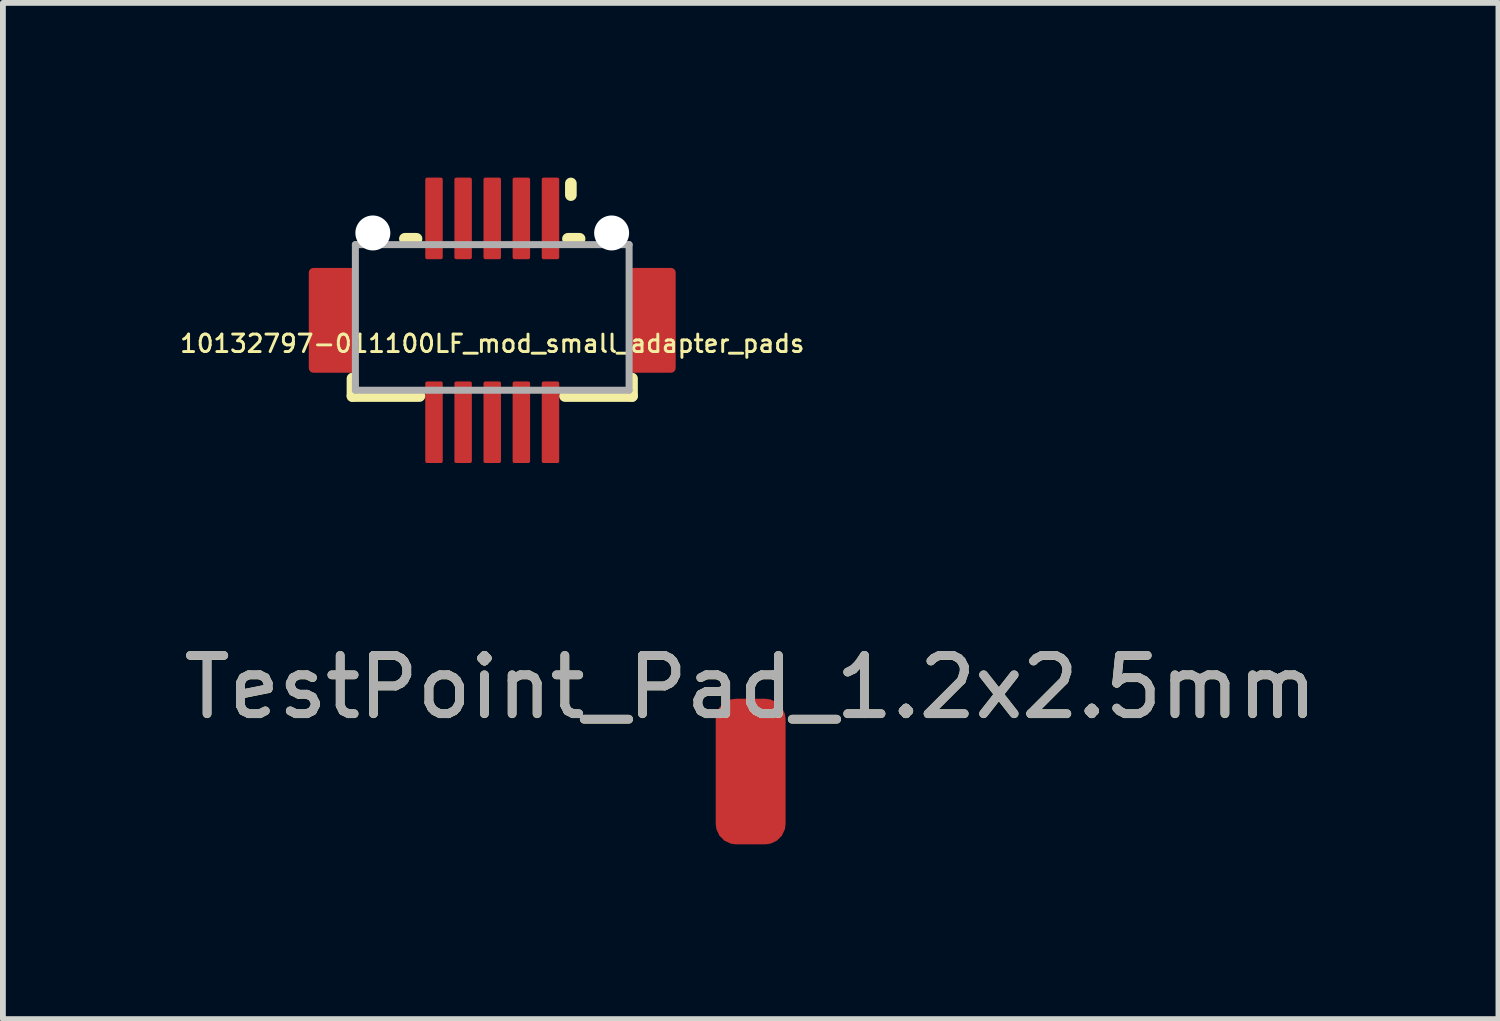
<source format=kicad_pcb>
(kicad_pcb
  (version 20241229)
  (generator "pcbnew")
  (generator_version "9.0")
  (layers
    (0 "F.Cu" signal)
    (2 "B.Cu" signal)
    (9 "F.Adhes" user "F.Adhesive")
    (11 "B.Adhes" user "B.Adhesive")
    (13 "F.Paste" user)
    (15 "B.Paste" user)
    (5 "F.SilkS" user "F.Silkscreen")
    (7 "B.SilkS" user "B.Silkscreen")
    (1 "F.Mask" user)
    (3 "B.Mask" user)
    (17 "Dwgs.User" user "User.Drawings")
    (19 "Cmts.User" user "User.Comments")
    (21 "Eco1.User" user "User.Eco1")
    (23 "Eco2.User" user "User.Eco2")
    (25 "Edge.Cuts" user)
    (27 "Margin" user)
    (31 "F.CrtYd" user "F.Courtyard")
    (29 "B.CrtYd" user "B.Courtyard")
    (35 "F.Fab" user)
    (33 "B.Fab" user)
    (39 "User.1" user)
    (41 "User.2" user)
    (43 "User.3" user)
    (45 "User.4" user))
  (footprint "TestPoint_Pad_1.2x2.5mm"
    (layer "F.Cu")
    (at 9.839 10.198)
    (property "Reference" "TestPoint_Pad_1.2x2.5mm" (at 0 -1.448 0) (layer "F.SilkS") (effects (font (size 1 1) (thickness 0.15))))
    (attr exclude_from_pos_files exclude_from_bom)
    (fp_text user "${REFERENCE}" (at 0 -1.45 0) (layer "F.Fab") (effects (font (size 1 1) (thickness 0.15))))
    (pad "1" smd roundrect (at 0 0) (size 1.2 2.5) (layers "F.Cu" "F.Mask") (roundrect_rratio 0.292)))
  (footprint "10132797-011100LF_mod_small_adapter_pads"
    (layer "F.Cu")
    (at 5.402 2.45)
    (property "Reference" "10132797-011100LF_mod_small_adapter_pads" (at 0 0.4 0) (layer "F.SilkS") (effects (font (size 0.3 0.3) (thickness 0.05))))
    (attr through_hole)
    (fp_line (start -2.4 1.3) (end -2.4 1) (stroke (width 0.2) (type solid)) (layer "F.SilkS"))
    (fp_line (start -2.4 1.3) (end -1.25 1.3) (stroke (width 0.2) (type solid)) (layer "F.SilkS"))
    (fp_line (start -1.3 -1.4) (end -1.5 -1.4) (stroke (width 0.2) (type solid)) (layer "F.SilkS"))
    (fp_line (start 1.35 -2.35) (end 1.35 -2.15) (stroke (width 0.2) (type solid)) (layer "F.SilkS"))
    (fp_line (start 1.5 -1.4) (end 1.3 -1.4) (stroke (width 0.2) (type solid)) (layer "F.SilkS"))
    (fp_line (start 2.4 1) (end 2.4 1.3) (stroke (width 0.2) (type solid)) (layer "F.SilkS"))
    (fp_line (start 2.4 1.3) (end 1.25 1.3) (stroke (width 0.2) (type solid)) (layer "F.SilkS"))
    (fp_line (start -2.35 -1.3) (end 2.35 -1.3) (stroke (width 0.12) (type solid)) (layer "F.Fab"))
    (fp_line (start -2.35 1.2) (end -2.35 -1.3) (stroke (width 0.12) (type solid)) (layer "F.Fab"))
    (fp_line (start 2.35 -1.3) (end 2.35 1.2) (stroke (width 0.12) (type solid)) (layer "F.Fab"))
    (fp_line (start 2.35 1.2) (end -2.35 1.2) (stroke (width 0.12) (type solid)) (layer "F.Fab"))
    (pad "" smd roundrect (at -2.75 0 180) (size 0.8 1.8) (layers "F.Cu" "F.Mask" "F.Paste") (roundrect_rratio 0.1))
    (pad "" np_thru_hole circle (at -2.05 -1.5) (size 0.6 0.6) (drill 0.6) (layers "*.Cu" "*.Mask"))
    (pad "" np_thru_hole circle (at 2.05 -1.5) (size 0.6 0.6) (drill 0.6) (layers "*.Cu" "*.Mask"))
    (pad "" smd roundrect (at 2.75 0) (size 0.8 1.8) (layers "F.Cu" "F.Mask" "F.Paste") (roundrect_rratio 0.1))
    (pad "1" smd roundrect (at 1 -1.75 180) (size 0.3 1.4) (layers "F.Cu" "F.Mask" "F.Paste") (roundrect_rratio 0.1))
    (pad "2" smd roundrect (at 0.5 -1.75 180) (size 0.3 1.4) (layers "F.Cu" "F.Mask" "F.Paste") (roundrect_rratio 0.1))
    (pad "3" smd roundrect (at 0 -1.75 180) (size 0.3 1.4) (layers "F.Cu" "F.Mask" "F.Paste") (roundrect_rratio 0.1))
    (pad "4" smd roundrect (at -0.5 -1.75 180) (size 0.3 1.4) (layers "F.Cu" "F.Mask" "F.Paste") (roundrect_rratio 0.1))
    (pad "5" smd roundrect (at -1 -1.75 180) (size 0.3 1.4) (layers "F.Cu" "F.Mask" "F.Paste") (roundrect_rratio 0.1))
    (pad "6" smd roundrect (at -1 1.75 180) (size 0.3 1.4) (layers "F.Cu" "F.Mask" "F.Paste") (roundrect_rratio 0.1))
    (pad "7" smd roundrect (at -0.5 1.75 180) (size 0.3 1.4) (layers "F.Cu" "F.Mask" "F.Paste") (roundrect_rratio 0.1))
    (pad "8" smd roundrect (at 0 1.75 180) (size 0.3 1.4) (layers "F.Cu" "F.Mask" "F.Paste") (roundrect_rratio 0.1))
    (pad "9" smd roundrect (at 0.5 1.75 180) (size 0.3 1.4) (layers "F.Cu" "F.Mask" "F.Paste") (roundrect_rratio 0.1))
    (pad "10" smd roundrect (at 1 1.75 180) (size 0.3 1.4) (layers "F.Cu" "F.Mask" "F.Paste") (roundrect_rratio 0.1)))
  (gr_rect
    (start -3 -3)
    (end 22.679 14.448)
    (stroke (width 0.1) (type default))
    (fill no)
    (layer "Edge.Cuts")))
</source>
